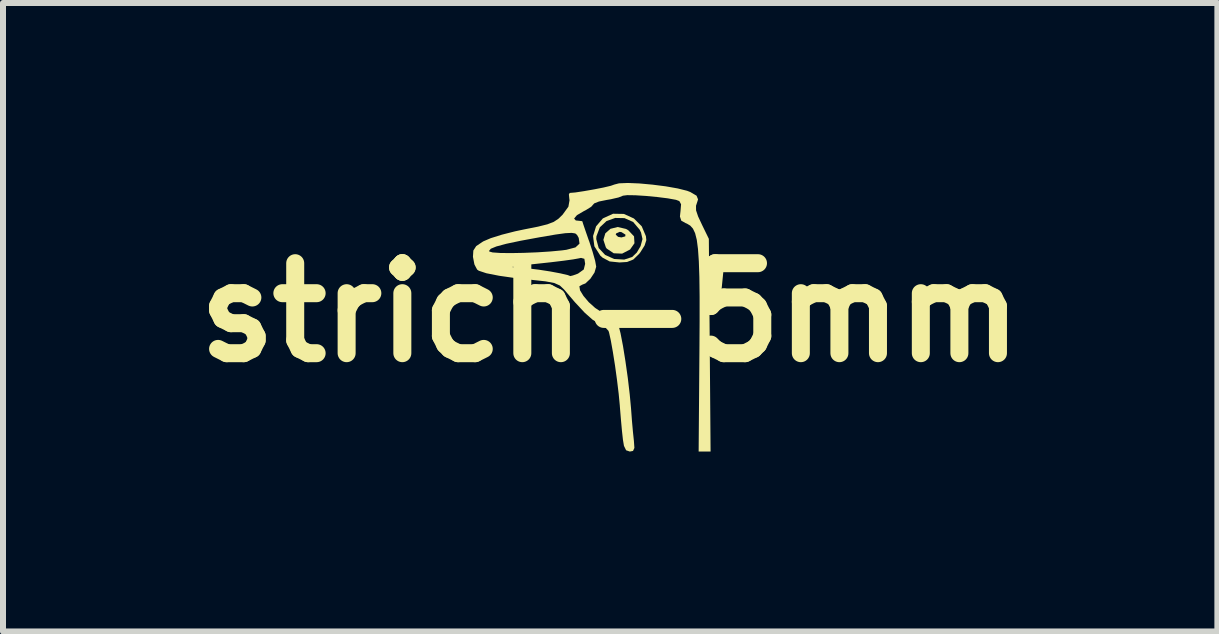
<source format=kicad_pcb>
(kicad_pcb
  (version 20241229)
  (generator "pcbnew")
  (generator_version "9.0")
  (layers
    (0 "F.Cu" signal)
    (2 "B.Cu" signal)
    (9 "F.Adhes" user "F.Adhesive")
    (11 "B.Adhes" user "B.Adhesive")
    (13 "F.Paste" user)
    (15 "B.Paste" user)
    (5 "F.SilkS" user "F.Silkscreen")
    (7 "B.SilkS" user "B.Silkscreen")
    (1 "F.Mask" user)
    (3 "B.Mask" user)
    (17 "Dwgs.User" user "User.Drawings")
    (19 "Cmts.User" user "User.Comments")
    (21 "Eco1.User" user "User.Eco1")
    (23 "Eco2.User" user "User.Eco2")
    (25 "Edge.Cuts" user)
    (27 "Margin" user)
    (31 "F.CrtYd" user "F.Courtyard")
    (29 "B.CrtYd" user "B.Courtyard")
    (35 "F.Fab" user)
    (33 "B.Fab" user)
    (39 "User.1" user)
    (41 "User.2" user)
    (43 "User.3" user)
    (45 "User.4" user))
  (footprint "strich-5mm"
    (layer "F.Cu")
    (at 7.121 2.159)
    (property "Reference" "strich-5mm" (at 0 0 0) (layer "F.SilkS") (effects (font (size 1.5 1.5) (thickness 0.3))))
    (attr board_only exclude_from_pos_files exclude_from_bom)
    (fp_poly (pts (xy 0.263 -1.393) (xy 0.302 -1.371) (xy 0.398 -1.269) (xy 0.405 -1.154) (xy 0.332 -1.05) (xy 0.199 -0.981) (xy 0.059 -0.987) (xy -0.057 -1.065) (xy -0.072 -1.086) (xy -0.113 -1.211) (xy -0.087 -1.298) (xy 0.093 -1.298) (xy 0.132 -1.261) (xy 0.188 -1.251) (xy 0.252 -1.269) (xy 0.255 -1.298) (xy 0.188 -1.34) (xy 0.159 -1.344) (xy 0.1 -1.318) (xy 0.093 -1.298) (xy -0.087 -1.298) (xy -0.081 -1.319) (xy 0.005 -1.395) (xy 0.126 -1.425)) (stroke (width 0) (type solid)) (fill yes) (layer "F.SilkS"))
    (fp_poly (pts (xy 0.229 -1.643) (xy 0.396 -1.567) (xy 0.526 -1.437) (xy 0.596 -1.272) (xy 0.603 -1.206) (xy 0.574 -1.116) (xy 0.503 -1.003) (xy 0.483 -0.977) (xy 0.386 -0.883) (xy 0.282 -0.842) (xy 0.156 -0.834) (xy -0.008 -0.851) (xy -0.125 -0.913) (xy -0.164 -0.948) (xy -0.263 -1.103) (xy -0.279 -1.224) (xy -0.232 -1.224) (xy -0.191 -1.074) (xy -0.084 -0.96) (xy 0.066 -0.892) (xy 0.234 -0.882) (xy 0.367 -0.925) (xy 0.444 -0.999) (xy 0.507 -1.106) (xy 0.539 -1.224) (xy 0.515 -1.332) (xy 0.492 -1.38) (xy 0.383 -1.509) (xy 0.239 -1.573) (xy 0.084 -1.576) (xy -0.061 -1.524) (xy -0.172 -1.42) (xy -0.229 -1.27) (xy -0.232 -1.224) (xy -0.279 -1.224) (xy -0.285 -1.274) (xy -0.235 -1.436) (xy -0.122 -1.568) (xy 0.048 -1.646) (xy 0.05 -1.646)) (stroke (width 0) (type solid)) (fill yes) (layer "F.SilkS"))
    (fp_poly (pts (xy 0.488 -2.151) (xy 0.706 -2.131) (xy 0.926 -2.103) (xy 1.125 -2.068) (xy 1.282 -2.029) (xy 1.336 -2.008) (xy 1.44 -1.947) (xy 1.465 -1.886) (xy 1.458 -1.862) (xy 1.431 -1.779) (xy 1.432 -1.702) (xy 1.466 -1.601) (xy 1.532 -1.46) (xy 1.645 -1.228) (xy 1.66 0.545) (xy 1.674 2.318) (xy 1.574 2.318) (xy 1.475 2.318) (xy 1.488 0.637) (xy 1.491 0.146) (xy 1.491 -0.261) (xy 1.487 -0.591) (xy 1.478 -0.854) (xy 1.464 -1.058) (xy 1.444 -1.211) (xy 1.416 -1.322) (xy 1.38 -1.398) (xy 1.335 -1.448) (xy 1.28 -1.481) (xy 1.26 -1.489) (xy 1.185 -1.531) (xy 1.163 -1.6) (xy 1.173 -1.693) (xy 1.182 -1.804) (xy 1.153 -1.857) (xy 1.098 -1.878) (xy 0.959 -1.903) (xy 0.783 -1.925) (xy 0.595 -1.943) (xy 0.421 -1.954) (xy 0.285 -1.956) (xy 0.212 -1.947) (xy 0.209 -1.945) (xy 0.138 -1.917) (xy 0.012 -1.888) (xy -0.058 -1.876) (xy -0.186 -1.85) (xy -0.265 -1.819) (xy -0.278 -1.805) (xy -0.316 -1.762) (xy -0.41 -1.704) (xy -0.44 -1.689) (xy -0.554 -1.622) (xy -0.601 -1.566) (xy -0.573 -1.534) (xy -0.533 -1.53) (xy -0.471 -1.523) (xy -0.463 -1.518) (xy -0.449 -1.472) (xy -0.411 -1.361) (xy -0.358 -1.208) (xy -0.348 -1.182) (xy -0.292 -1.009) (xy -0.25 -0.861) (xy -0.233 -0.766) (xy -0.233 -0.762) (xy -0.261 -0.666) (xy -0.33 -0.562) (xy -0.413 -0.484) (xy -0.465 -0.464) (xy -0.513 -0.437) (xy -0.502 -0.369) (xy -0.445 -0.276) (xy -0.357 -0.172) (xy -0.25 -0.076) (xy -0.139 -0.003) (xy -0.054 0.029) (xy 0.064 0.079) (xy 0.131 0.187) (xy 0.136 0.202) (xy 0.173 0.347) (xy 0.214 0.559) (xy 0.255 0.815) (xy 0.294 1.091) (xy 0.326 1.363) (xy 0.348 1.599) (xy 0.363 1.802) (xy 0.38 1.992) (xy 0.395 2.133) (xy 0.396 2.144) (xy 0.404 2.258) (xy 0.381 2.308) (xy 0.328 2.318) (xy 0.266 2.297) (xy 0.23 2.223) (xy 0.213 2.121) (xy 0.197 1.976) (xy 0.179 1.779) (xy 0.162 1.571) (xy 0.161 1.553) (xy 0.142 1.355) (xy 0.114 1.124) (xy 0.081 0.884) (xy 0.045 0.657) (xy 0.011 0.467) (xy -0.018 0.336) (xy -0.028 0.306) (xy -0.086 0.243) (xy -0.188 0.185) (xy -0.292 0.121) (xy -0.424 0.004) (xy -0.591 -0.175) (xy -0.769 -0.384) (xy -0.839 -0.45) (xy -0.933 -0.492) (xy -1.077 -0.519) (xy -1.186 -0.531) (xy -1.557 -0.57) (xy -1.85 -0.612) (xy -2.063 -0.654) (xy -2.19 -0.696) (xy -2.217 -0.715) (xy -2.241 -0.759) (xy -1.632 -0.759) (xy -1.612 -0.751) (xy -1.522 -0.746) (xy -1.506 -0.746) (xy -1.366 -0.735) (xy -1.187 -0.713) (xy -0.999 -0.684) (xy -0.829 -0.652) (xy -0.705 -0.623) (xy -0.664 -0.607) (xy -0.619 -0.618) (xy -0.536 -0.648) (xy -0.44 -0.717) (xy -0.417 -0.811) (xy -0.43 -0.895) (xy -0.486 -0.91) (xy -0.529 -0.901) (xy -0.618 -0.885) (xy -0.777 -0.863) (xy -0.983 -0.838) (xy -1.213 -0.813) (xy -1.438 -0.789) (xy -1.575 -0.771) (xy -1.632 -0.759) (xy -2.241 -0.759) (xy -2.263 -0.802) (xy -2.287 -0.927) (xy -2.287 -0.93) (xy -2.281 -1.028) (xy -2.018 -1.028) (xy -2.014 -1.016) (xy -1.959 -1.001) (xy -1.832 -0.992) (xy -1.653 -0.99) (xy -1.44 -0.994) (xy -1.215 -1.003) (xy -0.997 -1.017) (xy -0.805 -1.035) (xy -0.73 -1.045) (xy -0.578 -1.085) (xy -0.511 -1.148) (xy -0.524 -1.243) (xy -0.552 -1.293) (xy -0.582 -1.318) (xy -0.642 -1.327) (xy -0.747 -1.322) (xy -0.912 -1.299) (xy -1.151 -1.258) (xy -1.165 -1.256) (xy -1.491 -1.196) (xy -1.733 -1.145) (xy -1.896 -1.101) (xy -1.989 -1.063) (xy -2.018 -1.028) (xy -2.281 -1.028) (xy -2.28 -1.034) (xy -2.233 -1.107) (xy -2.124 -1.18) (xy -2.112 -1.187) (xy -1.99 -1.239) (xy -1.805 -1.297) (xy -1.585 -1.353) (xy -1.429 -1.386) (xy -1.202 -1.431) (xy -1.046 -1.47) (xy -0.94 -1.511) (xy -0.863 -1.562) (xy -0.793 -1.63) (xy -0.791 -1.633) (xy -0.696 -1.764) (xy -0.677 -1.873) (xy -0.68 -1.889) (xy -0.688 -1.969) (xy -0.674 -1.993) (xy -0.579 -2.001) (xy -0.435 -2.023) (xy -0.269 -2.052) (xy -0.111 -2.083) (xy 0.011 -2.112) (xy 0.07 -2.133) (xy 0.148 -2.153) (xy 0.295 -2.159)) (stroke (width 0) (type solid)) (fill yes) (layer "F.SilkS")))
  (gr_rect
    (start -3 -3)
    (end 17.243 7.476)
    (stroke (width 0.1) (type default))
    (fill no)
    (layer "Edge.Cuts")))
</source>
